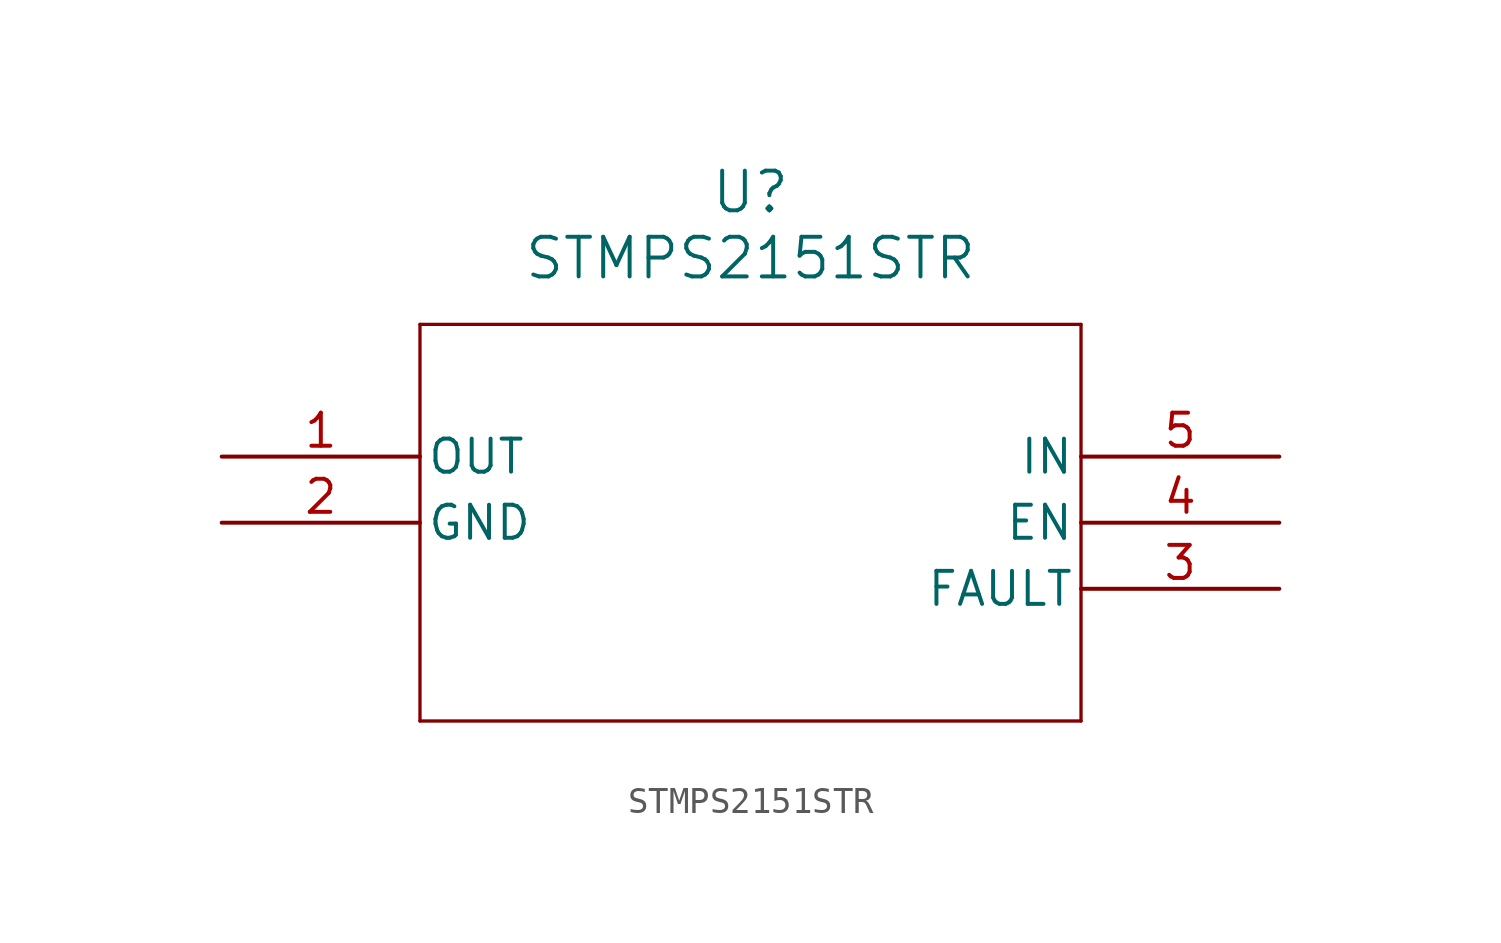
<source format=kicad_sym>
(kicad_symbol_lib
  (version 20211014)
  (generator kicad_symbol_editor)
  (symbol "STMPS2151STR"
    (pin_names
      (offset 0.254))
    (property "Reference" "U"
      (at 20.32 10.16 0)
      (effects (font (size 1.524 1.524))))
    (property "Value" "STMPS2151STR"
      (at 20.32 7.62 0)
      (effects (font (size 1.524 1.524))))
    (polyline
      (pts (xy 7.62 5.08) (xy 7.62 -10.16))
      (stroke (width 0.127) (type default) (color 0 0 0 0))
      (fill (type none)))
    (polyline
      (pts (xy 7.62 -10.16) (xy 33.02 -10.16))
      (stroke (width 0.127) (type default) (color 0 0 0 0))
      (fill (type none)))
    (polyline
      (pts (xy 33.02 -10.16) (xy 33.02 5.08))
      (stroke (width 0.127) (type default) (color 0 0 0 0))
      (fill (type none)))
    (polyline
      (pts (xy 33.02 5.08) (xy 7.62 5.08))
      (stroke (width 0.127) (type default) (color 0 0 0 0))
      (fill (type none)))
    (pin output line
      (at 0 0 0)
      (length 7.62)
      (name "OUT" (effects (font (size 1.27 1.27))))
      (number "1" (effects (font (size 1.27 1.27)))))
    (pin power_out line
      (at 0 -2.54 0)
      (length 7.62)
      (name "GND" (effects (font (size 1.27 1.27))))
      (number "2" (effects (font (size 1.27 1.27)))))
    (pin output line
      (at 40.64 -5.08 180)
      (length 7.62)
      (name "FAULT" (effects (font (size 1.27 1.27))))
      (number "3" (effects (font (size 1.27 1.27)))))
    (pin input line
      (at 40.64 -2.54 180)
      (length 7.62)
      (name "EN" (effects (font (size 1.27 1.27))))
      (number "4" (effects (font (size 1.27 1.27)))))
    (pin power_in line
      (at 40.64 0 180)
      (length 7.62)
      (name "IN" (effects (font (size 1.27 1.27))))
      (number "5" (effects (font (size 1.27 1.27)))))))
</source>
